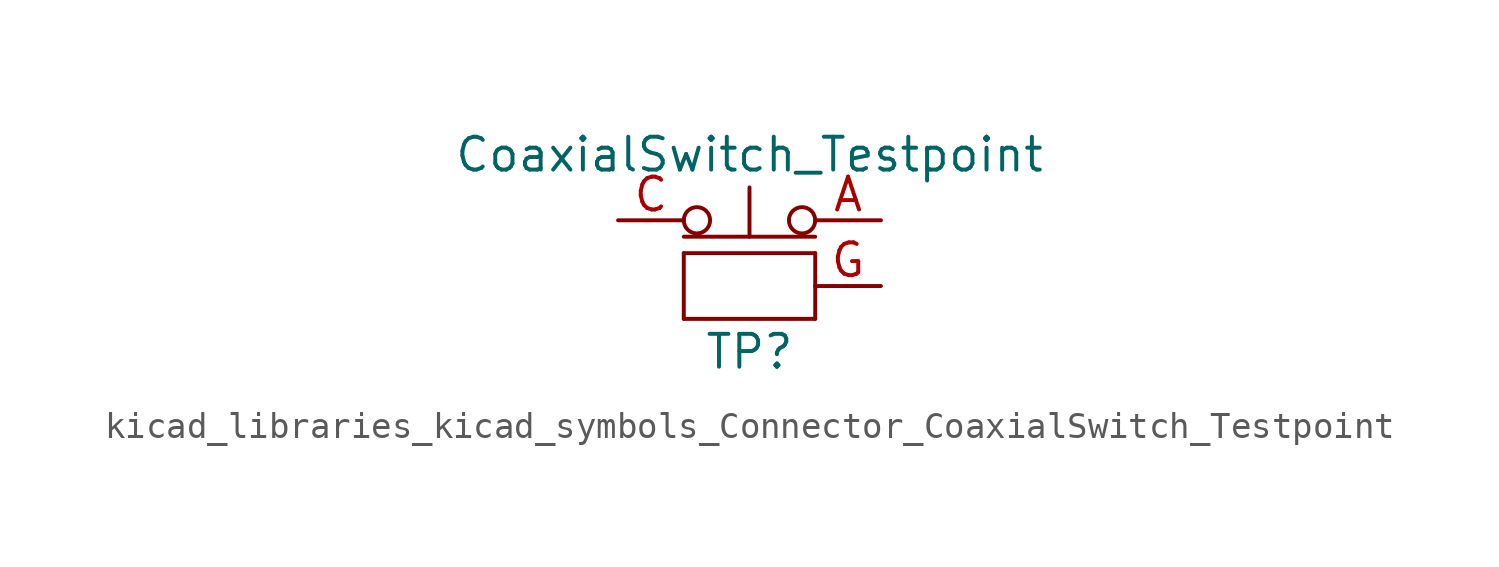
<source format=kicad_sym>
(kicad_symbol_lib
  (version 20220914)
  (generator kicad_symbol_editor)
  (symbol "kicad_libraries_kicad_symbols_Connector_CoaxialSwitch_Testpoint"
    (pin_names
      (offset 1.016) hide)
    (property "Reference" "TP"
      (at 0 -3.81 0)
      (effects (font (size 1.27 1.27))))
    (property "Value" "CoaxialSwitch_Testpoint"
      (at 0 3.81 0)
      (effects (font (size 1.27 1.27))))
    (symbol "kicad_libraries_kicad_symbols_Connector_CoaxialSwitch_Testpoint_0_1"
      (rectangle (start -2.54 -2.54) (end 2.54 -2.54) (stroke (width 0) (type default)) (fill (type none)))
      (rectangle (start -2.54 0) (end -2.54 -2.54) (stroke (width 0) (type default)) (fill (type none)))
      (rectangle (start 2.54 0) (end -2.54 0) (stroke (width 0) (type default)) (fill (type none)))
      (rectangle (start 2.54 0) (end 2.54 -2.54) (stroke (width 0) (type default)) (fill (type none))))
    (symbol "kicad_libraries_kicad_symbols_Connector_CoaxialSwitch_Testpoint_1_1"
      (circle (center -2.032 1.27) (radius 0.508) (stroke (width 0) (type default)) (fill (type none)))
      (polyline (pts (xy -2.54 0.635) (xy 2.54 0.635)) (stroke (width 0) (type default)) (fill (type none)))
      (polyline (pts (xy 0 0.635) (xy 0 2.54)) (stroke (width 0) (type default)) (fill (type none)))
      (circle (center 2.032 1.27) (radius 0.508) (stroke (width 0) (type default)) (fill (type none)))
      (pin passive line (at 5.08 1.27 180) (length 2.54) (name "A" (effects (font (size 1.27 1.27)))) (number "A" (effects (font (size 1.27 1.27)))))
      (pin passive line (at -5.08 1.27 0) (length 2.54) (name "C" (effects (font (size 1.27 1.27)))) (number "C" (effects (font (size 1.27 1.27)))))
      (pin passive line (at 5.08 -1.27 180) (length 2.54) (name "G" (effects (font (size 1.27 1.27)))) (number "G" (effects (font (size 1.27 1.27))))))))
</source>
